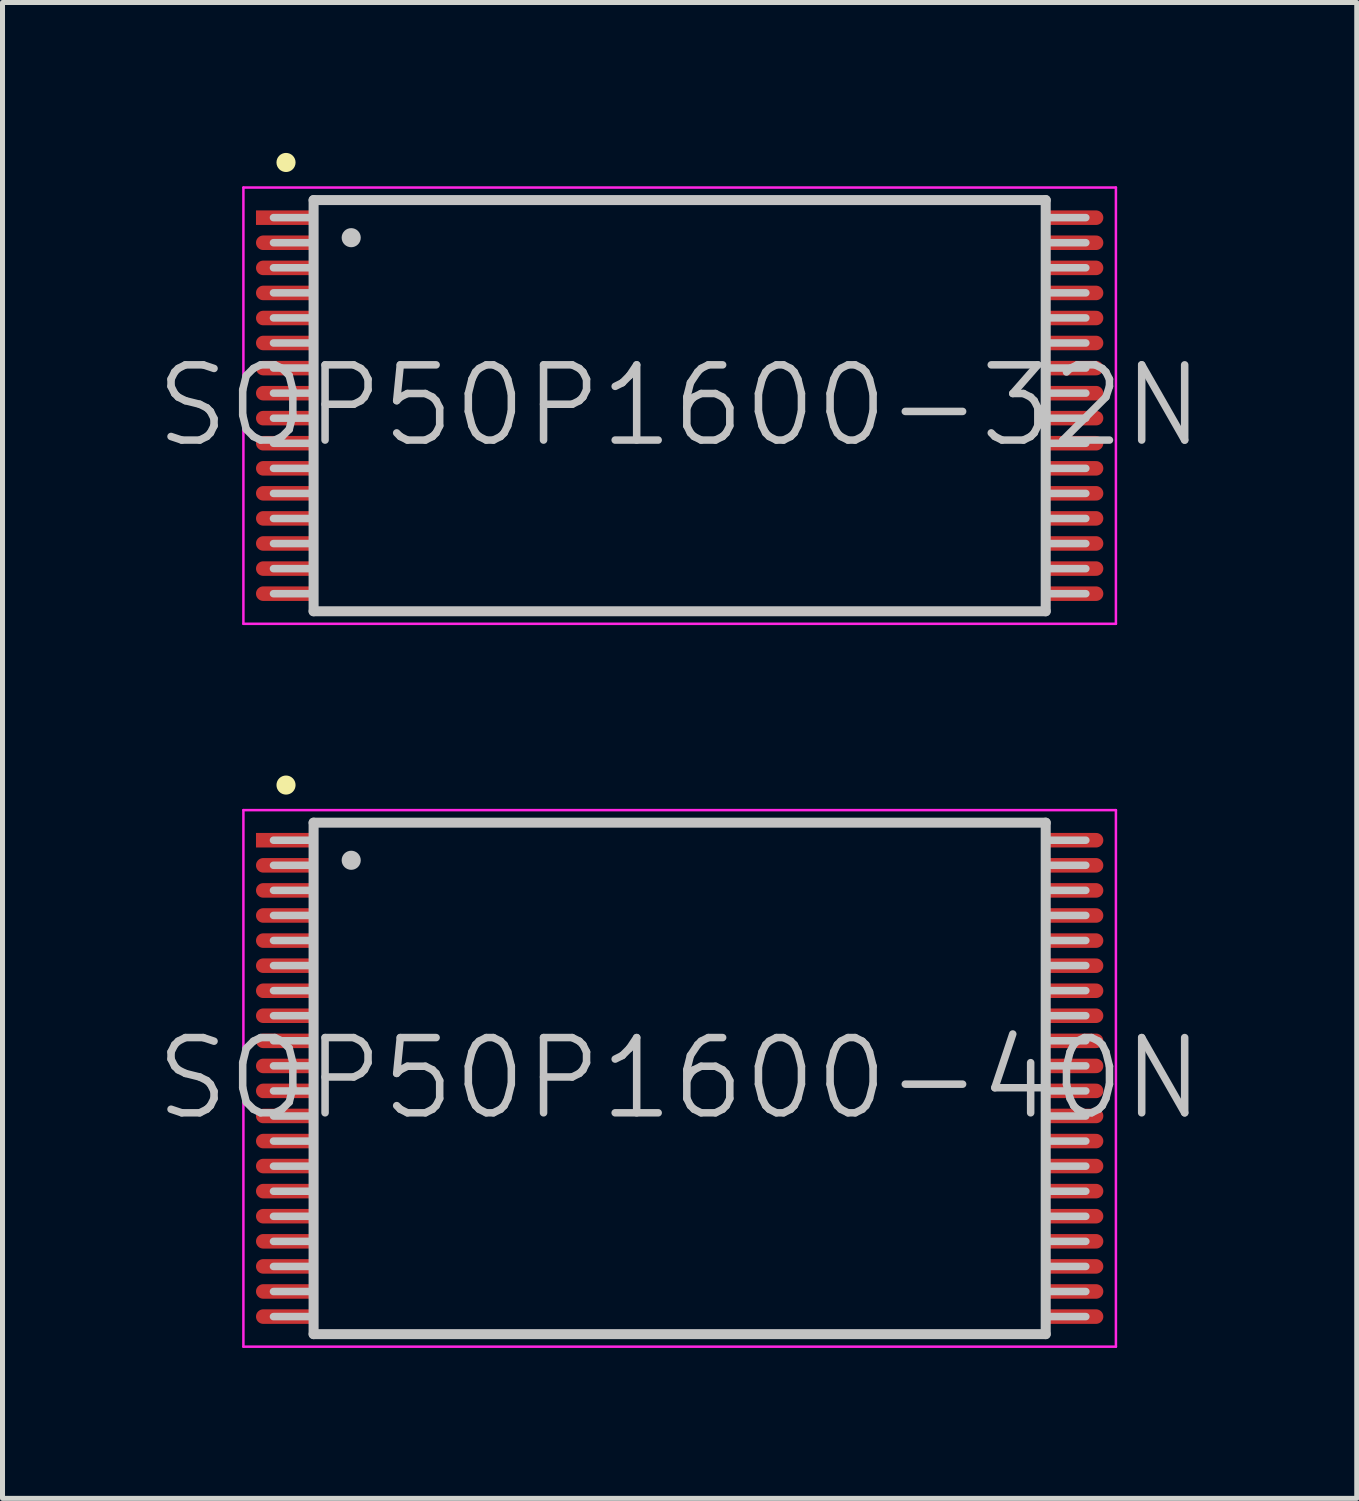
<source format=kicad_pcb>
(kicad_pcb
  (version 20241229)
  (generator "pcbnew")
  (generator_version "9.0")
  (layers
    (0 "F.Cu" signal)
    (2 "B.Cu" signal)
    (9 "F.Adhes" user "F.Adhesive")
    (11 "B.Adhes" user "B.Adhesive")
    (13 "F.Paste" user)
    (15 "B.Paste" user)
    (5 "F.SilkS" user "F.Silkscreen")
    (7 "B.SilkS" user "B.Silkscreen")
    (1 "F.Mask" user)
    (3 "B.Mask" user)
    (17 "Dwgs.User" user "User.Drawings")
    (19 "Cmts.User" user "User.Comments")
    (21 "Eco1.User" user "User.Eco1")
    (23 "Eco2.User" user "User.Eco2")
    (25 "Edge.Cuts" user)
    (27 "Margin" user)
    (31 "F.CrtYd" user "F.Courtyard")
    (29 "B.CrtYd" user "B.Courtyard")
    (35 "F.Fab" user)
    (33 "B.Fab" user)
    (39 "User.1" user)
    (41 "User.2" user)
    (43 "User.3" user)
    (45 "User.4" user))
  (footprint "SOP50P1600-32N"
    (layer "F.Cu")
    (at 10.504 5.04)
    (property "Reference" "SOP50P1600-32N" (at 0 0 0) (layer "Dwgs.User") (effects (font (size 1.5 1.5) (thickness 0.15))))
    (attr smd)
    (fp_line (start -7.85 -4.85) (end -7.85 -4.85) (stroke (width 0.381) (type solid)) (layer "F.SilkS"))
    (fp_line (start -7.3 -4.1) (end -7.3 4.1) (stroke (width 0.2) (type solid)) (layer "Dwgs.User"))
    (fp_line (start -7.3 -4.1) (end 7.3 -4.1) (stroke (width 0.2) (type solid)) (layer "Dwgs.User"))
    (fp_line (start -7.3 -3.75) (end -8.1 -3.75) (stroke (width 0.15) (type solid)) (layer "Dwgs.User"))
    (fp_line (start -7.3 -3.25) (end -8.1 -3.25) (stroke (width 0.15) (type solid)) (layer "Dwgs.User"))
    (fp_line (start -7.3 -2.75) (end -8.1 -2.75) (stroke (width 0.15) (type solid)) (layer "Dwgs.User"))
    (fp_line (start -7.3 -2.25) (end -8.1 -2.25) (stroke (width 0.15) (type solid)) (layer "Dwgs.User"))
    (fp_line (start -7.3 -1.75) (end -8.1 -1.75) (stroke (width 0.15) (type solid)) (layer "Dwgs.User"))
    (fp_line (start -7.3 -1.25) (end -8.1 -1.25) (stroke (width 0.15) (type solid)) (layer "Dwgs.User"))
    (fp_line (start -7.3 -0.75) (end -8.1 -0.75) (stroke (width 0.15) (type solid)) (layer "Dwgs.User"))
    (fp_line (start -7.3 -0.25) (end -8.1 -0.25) (stroke (width 0.15) (type solid)) (layer "Dwgs.User"))
    (fp_line (start -7.3 0.25) (end -8.1 0.25) (stroke (width 0.15) (type solid)) (layer "Dwgs.User"))
    (fp_line (start -7.3 0.75) (end -8.1 0.75) (stroke (width 0.15) (type solid)) (layer "Dwgs.User"))
    (fp_line (start -7.3 1.25) (end -8.1 1.25) (stroke (width 0.15) (type solid)) (layer "Dwgs.User"))
    (fp_line (start -7.3 1.75) (end -8.1 1.75) (stroke (width 0.15) (type solid)) (layer "Dwgs.User"))
    (fp_line (start -7.3 2.25) (end -8.1 2.25) (stroke (width 0.15) (type solid)) (layer "Dwgs.User"))
    (fp_line (start -7.3 2.75) (end -8.1 2.75) (stroke (width 0.15) (type solid)) (layer "Dwgs.User"))
    (fp_line (start -7.3 3.25) (end -8.1 3.25) (stroke (width 0.15) (type solid)) (layer "Dwgs.User"))
    (fp_line (start -7.3 3.75) (end -8.1 3.75) (stroke (width 0.15) (type solid)) (layer "Dwgs.User"))
    (fp_line (start -7.3 4.1) (end 7.3 4.1) (stroke (width 0.2) (type solid)) (layer "Dwgs.User"))
    (fp_line (start -6.55 -3.35) (end -6.55 -3.35) (stroke (width 0.381) (type solid)) (layer "Dwgs.User"))
    (fp_line (start 7.3 -4.1) (end 7.3 4.1) (stroke (width 0.2) (type solid)) (layer "Dwgs.User"))
    (fp_line (start 8.1 -3.75) (end 7.3 -3.75) (stroke (width 0.15) (type solid)) (layer "Dwgs.User"))
    (fp_line (start 8.1 -3.25) (end 7.3 -3.25) (stroke (width 0.15) (type solid)) (layer "Dwgs.User"))
    (fp_line (start 8.1 -2.75) (end 7.3 -2.75) (stroke (width 0.15) (type solid)) (layer "Dwgs.User"))
    (fp_line (start 8.1 -2.25) (end 7.3 -2.25) (stroke (width 0.15) (type solid)) (layer "Dwgs.User"))
    (fp_line (start 8.1 -1.75) (end 7.3 -1.75) (stroke (width 0.15) (type solid)) (layer "Dwgs.User"))
    (fp_line (start 8.1 -1.25) (end 7.3 -1.25) (stroke (width 0.15) (type solid)) (layer "Dwgs.User"))
    (fp_line (start 8.1 -0.75) (end 7.3 -0.75) (stroke (width 0.15) (type solid)) (layer "Dwgs.User"))
    (fp_line (start 8.1 -0.25) (end 7.3 -0.25) (stroke (width 0.15) (type solid)) (layer "Dwgs.User"))
    (fp_line (start 8.1 0.25) (end 7.3 0.25) (stroke (width 0.15) (type solid)) (layer "Dwgs.User"))
    (fp_line (start 8.1 0.75) (end 7.3 0.75) (stroke (width 0.15) (type solid)) (layer "Dwgs.User"))
    (fp_line (start 8.1 1.25) (end 7.3 1.25) (stroke (width 0.15) (type solid)) (layer "Dwgs.User"))
    (fp_line (start 8.1 1.75) (end 7.3 1.75) (stroke (width 0.15) (type solid)) (layer "Dwgs.User"))
    (fp_line (start 8.1 2.25) (end 7.3 2.25) (stroke (width 0.15) (type solid)) (layer "Dwgs.User"))
    (fp_line (start 8.1 2.75) (end 7.3 2.75) (stroke (width 0.15) (type solid)) (layer "Dwgs.User"))
    (fp_line (start 8.1 3.25) (end 7.3 3.25) (stroke (width 0.15) (type solid)) (layer "Dwgs.User"))
    (fp_line (start 8.1 3.75) (end 7.3 3.75) (stroke (width 0.15) (type solid)) (layer "Dwgs.User"))
    (fp_line (start -8.7 -4.35) (end -8.7 4.35) (stroke (width 0.05) (type solid)) (layer "F.CrtYd"))
    (fp_line (start -8.7 -4.35) (end 8.7 -4.35) (stroke (width 0.05) (type solid)) (layer "F.CrtYd"))
    (fp_line (start -8.7 4.35) (end 8.7 4.35) (stroke (width 0.05) (type solid)) (layer "F.CrtYd"))
    (fp_line (start 8.7 -4.35) (end 8.7 4.35) (stroke (width 0.05) (type solid)) (layer "F.CrtYd"))
    (pad "1" smd rect (at -7.849 -3.749 90) (size 0.29 1.2) (layers "F.Cu" "F.Mask" "F.Paste"))
    (pad "2" smd oval (at -7.849 -3.249 90) (size 0.29 1.2) (layers "F.Cu" "F.Mask" "F.Paste"))
    (pad "3" smd oval (at -7.849 -2.748 90) (size 0.29 1.2) (layers "F.Cu" "F.Mask" "F.Paste"))
    (pad "4" smd oval (at -7.849 -2.248 90) (size 0.29 1.2) (layers "F.Cu" "F.Mask" "F.Paste"))
    (pad "5" smd oval (at -7.849 -1.748 90) (size 0.29 1.2) (layers "F.Cu" "F.Mask" "F.Paste"))
    (pad "6" smd oval (at -7.849 -1.25 90) (size 0.29 1.2) (layers "F.Cu" "F.Mask" "F.Paste"))
    (pad "7" smd oval (at -7.849 -0.749 90) (size 0.29 1.2) (layers "F.Cu" "F.Mask" "F.Paste"))
    (pad "8" smd oval (at -7.849 -0.249 90) (size 0.29 1.2) (layers "F.Cu" "F.Mask" "F.Paste"))
    (pad "9" smd oval (at -7.849 0.249 90) (size 0.29 1.2) (layers "F.Cu" "F.Mask" "F.Paste"))
    (pad "10" smd oval (at -7.849 0.749 90) (size 0.29 1.2) (layers "F.Cu" "F.Mask" "F.Paste"))
    (pad "11" smd oval (at -7.849 1.25 90) (size 0.29 1.2) (layers "F.Cu" "F.Mask" "F.Paste"))
    (pad "12" smd oval (at -7.849 1.748 90) (size 0.29 1.2) (layers "F.Cu" "F.Mask" "F.Paste"))
    (pad "13" smd oval (at -7.849 2.248 90) (size 0.29 1.2) (layers "F.Cu" "F.Mask" "F.Paste"))
    (pad "14" smd oval (at -7.849 2.748 90) (size 0.29 1.2) (layers "F.Cu" "F.Mask" "F.Paste"))
    (pad "15" smd oval (at -7.849 3.249 90) (size 0.29 1.2) (layers "F.Cu" "F.Mask" "F.Paste"))
    (pad "16" smd oval (at -7.849 3.749 90) (size 0.29 1.2) (layers "F.Cu" "F.Mask" "F.Paste"))
    (pad "17" smd oval (at 7.849 3.749 270) (size 0.29 1.2) (layers "F.Cu" "F.Mask" "F.Paste"))
    (pad "18" smd oval (at 7.849 3.249 270) (size 0.29 1.2) (layers "F.Cu" "F.Mask" "F.Paste"))
    (pad "19" smd oval (at 7.849 2.748 270) (size 0.29 1.2) (layers "F.Cu" "F.Mask" "F.Paste"))
    (pad "20" smd oval (at 7.849 2.248 270) (size 0.29 1.2) (layers "F.Cu" "F.Mask" "F.Paste"))
    (pad "21" smd oval (at 7.849 1.748 270) (size 0.29 1.2) (layers "F.Cu" "F.Mask" "F.Paste"))
    (pad "22" smd oval (at 7.849 1.25 270) (size 0.29 1.2) (layers "F.Cu" "F.Mask" "F.Paste"))
    (pad "23" smd oval (at 7.849 0.749 270) (size 0.29 1.2) (layers "F.Cu" "F.Mask" "F.Paste"))
    (pad "24" smd oval (at 7.849 0.249 270) (size 0.29 1.2) (layers "F.Cu" "F.Mask" "F.Paste"))
    (pad "25" smd oval (at 7.849 -0.249 270) (size 0.29 1.2) (layers "F.Cu" "F.Mask" "F.Paste"))
    (pad "26" smd oval (at 7.849 -0.749 270) (size 0.29 1.2) (layers "F.Cu" "F.Mask" "F.Paste"))
    (pad "27" smd oval (at 7.849 -1.25 270) (size 0.29 1.2) (layers "F.Cu" "F.Mask" "F.Paste"))
    (pad "28" smd oval (at 7.849 -1.748 270) (size 0.29 1.2) (layers "F.Cu" "F.Mask" "F.Paste"))
    (pad "29" smd oval (at 7.849 -2.248 270) (size 0.29 1.2) (layers "F.Cu" "F.Mask" "F.Paste"))
    (pad "30" smd oval (at 7.849 -2.748 270) (size 0.29 1.2) (layers "F.Cu" "F.Mask" "F.Paste"))
    (pad "31" smd oval (at 7.849 -3.249 270) (size 0.29 1.2) (layers "F.Cu" "F.Mask" "F.Paste"))
    (pad "32" smd oval (at 7.849 -3.749 270) (size 0.29 1.2) (layers "F.Cu" "F.Mask" "F.Paste")))
  (footprint "SOP50P1600-40N"
    (layer "F.Cu")
    (at 10.504 18.456)
    (property "Reference" "SOP50P1600-40N" (at 0 0 0) (layer "Dwgs.User") (effects (font (size 1.5 1.5) (thickness 0.15))))
    (attr smd)
    (fp_line (start -7.85 -5.85) (end -7.85 -5.85) (stroke (width 0.381) (type solid)) (layer "F.SilkS"))
    (fp_line (start -7.3 -5.1) (end -7.3 5.1) (stroke (width 0.2) (type solid)) (layer "Dwgs.User"))
    (fp_line (start -7.3 -5.1) (end 7.3 -5.1) (stroke (width 0.2) (type solid)) (layer "Dwgs.User"))
    (fp_line (start -7.3 -4.75) (end -8.1 -4.75) (stroke (width 0.15) (type solid)) (layer "Dwgs.User"))
    (fp_line (start -7.3 -4.25) (end -8.1 -4.25) (stroke (width 0.15) (type solid)) (layer "Dwgs.User"))
    (fp_line (start -7.3 -3.75) (end -8.1 -3.75) (stroke (width 0.15) (type solid)) (layer "Dwgs.User"))
    (fp_line (start -7.3 -3.25) (end -8.1 -3.25) (stroke (width 0.15) (type solid)) (layer "Dwgs.User"))
    (fp_line (start -7.3 -2.75) (end -8.1 -2.75) (stroke (width 0.15) (type solid)) (layer "Dwgs.User"))
    (fp_line (start -7.3 -2.25) (end -8.1 -2.25) (stroke (width 0.15) (type solid)) (layer "Dwgs.User"))
    (fp_line (start -7.3 -1.75) (end -8.1 -1.75) (stroke (width 0.15) (type solid)) (layer "Dwgs.User"))
    (fp_line (start -7.3 -1.25) (end -8.1 -1.25) (stroke (width 0.15) (type solid)) (layer "Dwgs.User"))
    (fp_line (start -7.3 -0.75) (end -8.1 -0.75) (stroke (width 0.15) (type solid)) (layer "Dwgs.User"))
    (fp_line (start -7.3 -0.25) (end -8.1 -0.25) (stroke (width 0.15) (type solid)) (layer "Dwgs.User"))
    (fp_line (start -7.3 0.25) (end -8.1 0.25) (stroke (width 0.15) (type solid)) (layer "Dwgs.User"))
    (fp_line (start -7.3 0.75) (end -8.1 0.75) (stroke (width 0.15) (type solid)) (layer "Dwgs.User"))
    (fp_line (start -7.3 1.25) (end -8.1 1.25) (stroke (width 0.15) (type solid)) (layer "Dwgs.User"))
    (fp_line (start -7.3 1.75) (end -8.1 1.75) (stroke (width 0.15) (type solid)) (layer "Dwgs.User"))
    (fp_line (start -7.3 2.25) (end -8.1 2.25) (stroke (width 0.15) (type solid)) (layer "Dwgs.User"))
    (fp_line (start -7.3 2.75) (end -8.1 2.75) (stroke (width 0.15) (type solid)) (layer "Dwgs.User"))
    (fp_line (start -7.3 3.25) (end -8.1 3.25) (stroke (width 0.15) (type solid)) (layer "Dwgs.User"))
    (fp_line (start -7.3 3.75) (end -8.1 3.75) (stroke (width 0.15) (type solid)) (layer "Dwgs.User"))
    (fp_line (start -7.3 4.25) (end -8.1 4.25) (stroke (width 0.15) (type solid)) (layer "Dwgs.User"))
    (fp_line (start -7.3 4.75) (end -8.1 4.75) (stroke (width 0.15) (type solid)) (layer "Dwgs.User"))
    (fp_line (start -7.3 5.1) (end 7.3 5.1) (stroke (width 0.2) (type solid)) (layer "Dwgs.User"))
    (fp_line (start -6.55 -4.35) (end -6.55 -4.35) (stroke (width 0.381) (type solid)) (layer "Dwgs.User"))
    (fp_line (start 7.3 -5.1) (end 7.3 5.1) (stroke (width 0.2) (type solid)) (layer "Dwgs.User"))
    (fp_line (start 8.1 -4.75) (end 7.3 -4.75) (stroke (width 0.15) (type solid)) (layer "Dwgs.User"))
    (fp_line (start 8.1 -4.25) (end 7.3 -4.25) (stroke (width 0.15) (type solid)) (layer "Dwgs.User"))
    (fp_line (start 8.1 -3.75) (end 7.3 -3.75) (stroke (width 0.15) (type solid)) (layer "Dwgs.User"))
    (fp_line (start 8.1 -3.25) (end 7.3 -3.25) (stroke (width 0.15) (type solid)) (layer "Dwgs.User"))
    (fp_line (start 8.1 -2.75) (end 7.3 -2.75) (stroke (width 0.15) (type solid)) (layer "Dwgs.User"))
    (fp_line (start 8.1 -2.25) (end 7.3 -2.25) (stroke (width 0.15) (type solid)) (layer "Dwgs.User"))
    (fp_line (start 8.1 -1.75) (end 7.3 -1.75) (stroke (width 0.15) (type solid)) (layer "Dwgs.User"))
    (fp_line (start 8.1 -1.25) (end 7.3 -1.25) (stroke (width 0.15) (type solid)) (layer "Dwgs.User"))
    (fp_line (start 8.1 -0.75) (end 7.3 -0.75) (stroke (width 0.15) (type solid)) (layer "Dwgs.User"))
    (fp_line (start 8.1 -0.25) (end 7.3 -0.25) (stroke (width 0.15) (type solid)) (layer "Dwgs.User"))
    (fp_line (start 8.1 0.25) (end 7.3 0.25) (stroke (width 0.15) (type solid)) (layer "Dwgs.User"))
    (fp_line (start 8.1 0.75) (end 7.3 0.75) (stroke (width 0.15) (type solid)) (layer "Dwgs.User"))
    (fp_line (start 8.1 1.25) (end 7.3 1.25) (stroke (width 0.15) (type solid)) (layer "Dwgs.User"))
    (fp_line (start 8.1 1.75) (end 7.3 1.75) (stroke (width 0.15) (type solid)) (layer "Dwgs.User"))
    (fp_line (start 8.1 2.25) (end 7.3 2.25) (stroke (width 0.15) (type solid)) (layer "Dwgs.User"))
    (fp_line (start 8.1 2.75) (end 7.3 2.75) (stroke (width 0.15) (type solid)) (layer "Dwgs.User"))
    (fp_line (start 8.1 3.25) (end 7.3 3.25) (stroke (width 0.15) (type solid)) (layer "Dwgs.User"))
    (fp_line (start 8.1 3.75) (end 7.3 3.75) (stroke (width 0.15) (type solid)) (layer "Dwgs.User"))
    (fp_line (start 8.1 4.25) (end 7.3 4.25) (stroke (width 0.15) (type solid)) (layer "Dwgs.User"))
    (fp_line (start 8.1 4.75) (end 7.3 4.75) (stroke (width 0.15) (type solid)) (layer "Dwgs.User"))
    (fp_line (start -8.7 -5.35) (end -8.7 5.35) (stroke (width 0.05) (type solid)) (layer "F.CrtYd"))
    (fp_line (start -8.7 -5.35) (end 8.7 -5.35) (stroke (width 0.05) (type solid)) (layer "F.CrtYd"))
    (fp_line (start -8.7 5.35) (end 8.7 5.35) (stroke (width 0.05) (type solid)) (layer "F.CrtYd"))
    (fp_line (start 8.7 -5.35) (end 8.7 5.35) (stroke (width 0.05) (type solid)) (layer "F.CrtYd"))
    (pad "1" smd rect (at -7.849 -4.75 90) (size 0.29 1.2) (layers "F.Cu" "F.Mask" "F.Paste"))
    (pad "2" smd oval (at -7.849 -4.249 90) (size 0.29 1.2) (layers "F.Cu" "F.Mask" "F.Paste"))
    (pad "3" smd oval (at -7.849 -3.749 90) (size 0.29 1.2) (layers "F.Cu" "F.Mask" "F.Paste"))
    (pad "4" smd oval (at -7.849 -3.249 90) (size 0.29 1.2) (layers "F.Cu" "F.Mask" "F.Paste"))
    (pad "5" smd oval (at -7.849 -2.748 90) (size 0.29 1.2) (layers "F.Cu" "F.Mask" "F.Paste"))
    (pad "6" smd oval (at -7.849 -2.248 90) (size 0.29 1.2) (layers "F.Cu" "F.Mask" "F.Paste"))
    (pad "7" smd oval (at -7.849 -1.748 90) (size 0.29 1.2) (layers "F.Cu" "F.Mask" "F.Paste"))
    (pad "8" smd oval (at -7.849 -1.25 90) (size 0.29 1.2) (layers "F.Cu" "F.Mask" "F.Paste"))
    (pad "9" smd oval (at -7.849 -0.749 90) (size 0.29 1.2) (layers "F.Cu" "F.Mask" "F.Paste"))
    (pad "10" smd oval (at -7.849 -0.249 90) (size 0.29 1.2) (layers "F.Cu" "F.Mask" "F.Paste"))
    (pad "11" smd oval (at -7.849 0.249 90) (size 0.29 1.2) (layers "F.Cu" "F.Mask" "F.Paste"))
    (pad "12" smd oval (at -7.849 0.749 90) (size 0.29 1.2) (layers "F.Cu" "F.Mask" "F.Paste"))
    (pad "13" smd oval (at -7.849 1.25 90) (size 0.29 1.2) (layers "F.Cu" "F.Mask" "F.Paste"))
    (pad "14" smd oval (at -7.849 1.748 90) (size 0.29 1.2) (layers "F.Cu" "F.Mask" "F.Paste"))
    (pad "15" smd oval (at -7.849 2.248 90) (size 0.29 1.2) (layers "F.Cu" "F.Mask" "F.Paste"))
    (pad "16" smd oval (at -7.849 2.748 90) (size 0.29 1.2) (layers "F.Cu" "F.Mask" "F.Paste"))
    (pad "17" smd oval (at -7.849 3.249 90) (size 0.29 1.2) (layers "F.Cu" "F.Mask" "F.Paste"))
    (pad "18" smd oval (at -7.849 3.749 90) (size 0.29 1.2) (layers "F.Cu" "F.Mask" "F.Paste"))
    (pad "19" smd oval (at -7.849 4.249 90) (size 0.29 1.2) (layers "F.Cu" "F.Mask" "F.Paste"))
    (pad "20" smd oval (at -7.849 4.75 90) (size 0.29 1.2) (layers "F.Cu" "F.Mask" "F.Paste"))
    (pad "21" smd oval (at 7.849 4.75 270) (size 0.29 1.2) (layers "F.Cu" "F.Mask" "F.Paste"))
    (pad "22" smd oval (at 7.849 4.249 270) (size 0.29 1.2) (layers "F.Cu" "F.Mask" "F.Paste"))
    (pad "23" smd oval (at 7.849 3.749 270) (size 0.29 1.2) (layers "F.Cu" "F.Mask" "F.Paste"))
    (pad "24" smd oval (at 7.849 3.249 270) (size 0.29 1.2) (layers "F.Cu" "F.Mask" "F.Paste"))
    (pad "25" smd oval (at 7.849 2.748 270) (size 0.29 1.2) (layers "F.Cu" "F.Mask" "F.Paste"))
    (pad "26" smd oval (at 7.849 2.248 270) (size 0.29 1.2) (layers "F.Cu" "F.Mask" "F.Paste"))
    (pad "27" smd oval (at 7.849 1.748 270) (size 0.29 1.2) (layers "F.Cu" "F.Mask" "F.Paste"))
    (pad "28" smd oval (at 7.849 1.25 270) (size 0.29 1.2) (layers "F.Cu" "F.Mask" "F.Paste"))
    (pad "29" smd oval (at 7.849 0.749 270) (size 0.29 1.2) (layers "F.Cu" "F.Mask" "F.Paste"))
    (pad "30" smd oval (at 7.849 0.249 270) (size 0.29 1.2) (layers "F.Cu" "F.Mask" "F.Paste"))
    (pad "31" smd oval (at 7.849 -0.249 270) (size 0.29 1.2) (layers "F.Cu" "F.Mask" "F.Paste"))
    (pad "32" smd oval (at 7.849 -0.749 270) (size 0.29 1.2) (layers "F.Cu" "F.Mask" "F.Paste"))
    (pad "33" smd oval (at 7.849 -1.25 270) (size 0.29 1.2) (layers "F.Cu" "F.Mask" "F.Paste"))
    (pad "34" smd oval (at 7.849 -1.748 270) (size 0.29 1.2) (layers "F.Cu" "F.Mask" "F.Paste"))
    (pad "35" smd oval (at 7.849 -2.248 270) (size 0.29 1.2) (layers "F.Cu" "F.Mask" "F.Paste"))
    (pad "36" smd oval (at 7.849 -2.748 270) (size 0.29 1.2) (layers "F.Cu" "F.Mask" "F.Paste"))
    (pad "37" smd oval (at 7.849 -3.249 270) (size 0.29 1.2) (layers "F.Cu" "F.Mask" "F.Paste"))
    (pad "38" smd oval (at 7.849 -3.749 270) (size 0.29 1.2) (layers "F.Cu" "F.Mask" "F.Paste"))
    (pad "39" smd oval (at 7.849 -4.249 270) (size 0.29 1.2) (layers "F.Cu" "F.Mask" "F.Paste"))
    (pad "40" smd oval (at 7.849 -4.75 270) (size 0.29 1.2) (layers "F.Cu" "F.Mask" "F.Paste")))
  (gr_rect
    (start -3 -3)
    (end 24.007 26.831)
    (stroke (width 0.1) (type default))
    (fill no)
    (layer "Edge.Cuts")))
</source>
